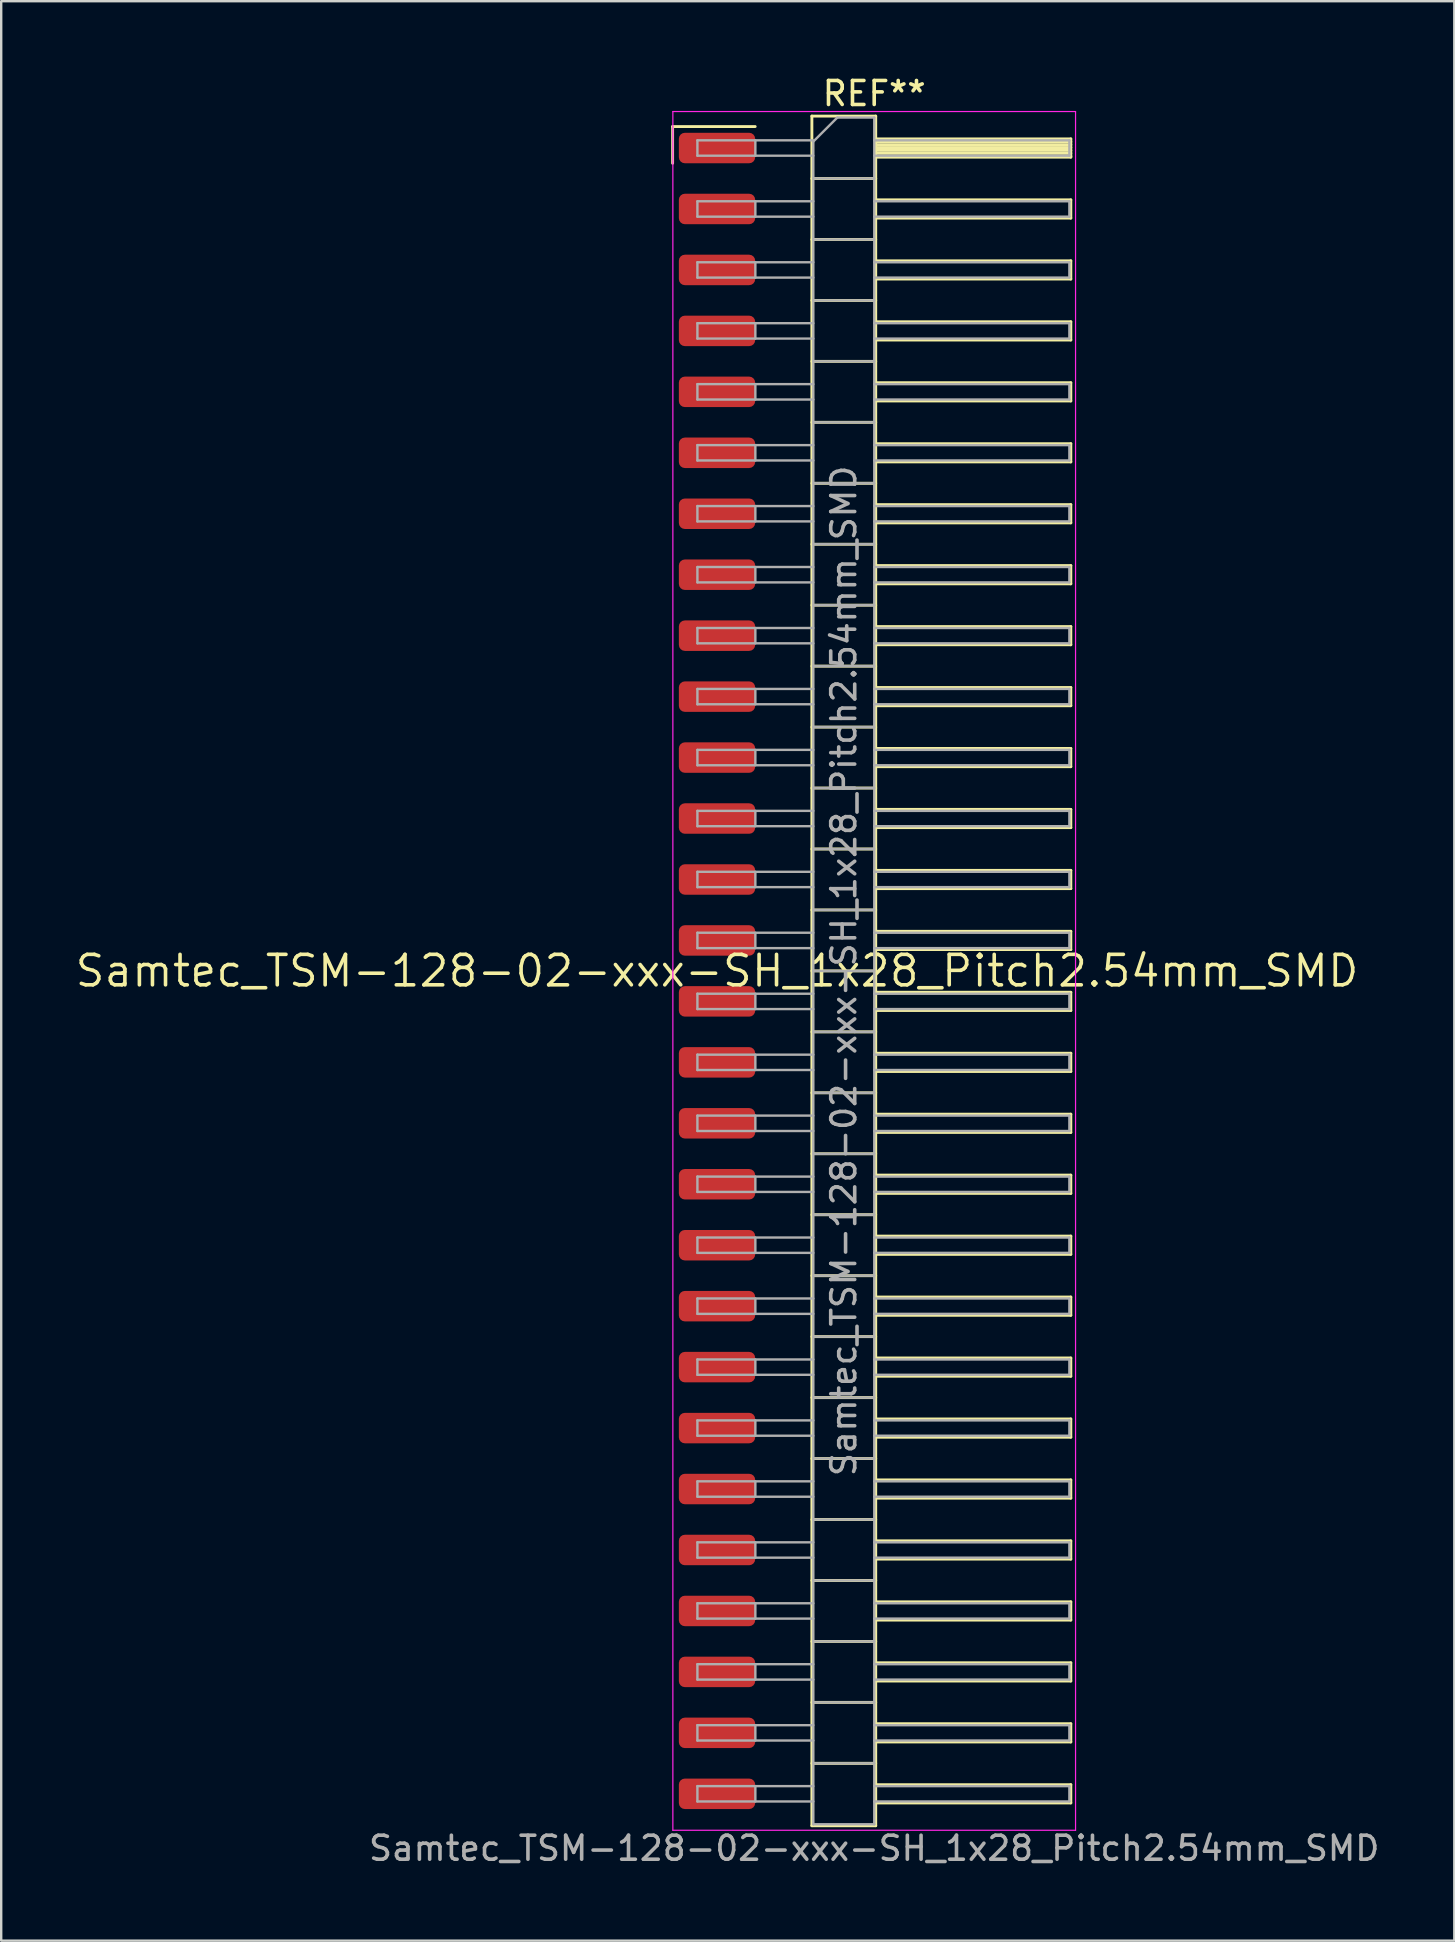
<source format=kicad_pcb>
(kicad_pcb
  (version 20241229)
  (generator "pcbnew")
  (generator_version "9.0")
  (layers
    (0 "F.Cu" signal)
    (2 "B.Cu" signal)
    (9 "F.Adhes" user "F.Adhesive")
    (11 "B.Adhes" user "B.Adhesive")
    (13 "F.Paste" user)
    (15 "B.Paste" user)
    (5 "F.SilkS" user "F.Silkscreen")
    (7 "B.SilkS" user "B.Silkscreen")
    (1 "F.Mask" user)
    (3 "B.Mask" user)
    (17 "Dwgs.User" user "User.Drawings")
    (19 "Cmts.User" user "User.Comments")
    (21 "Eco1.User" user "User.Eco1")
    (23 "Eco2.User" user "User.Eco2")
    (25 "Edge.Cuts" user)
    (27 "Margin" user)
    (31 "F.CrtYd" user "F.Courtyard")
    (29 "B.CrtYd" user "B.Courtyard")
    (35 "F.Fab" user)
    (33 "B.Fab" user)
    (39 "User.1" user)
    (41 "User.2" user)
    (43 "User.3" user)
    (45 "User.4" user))
  (footprint "Samtec_TSM-128-02-xxx-SH_1x28_Pitch2.54mm_SMD"
    (layer "F.Cu")
    (at 26.828 37.408)
    (property "Reference" "Samtec_TSM-128-02-xxx-SH_1x28_Pitch2.54mm_SMD" (at 0 0 0) (layer "F.SilkS") (effects (font (size 1.27 1.27) (thickness 0.15))))
    (attr smd)
    (fp_line (start -1.85 -35.185) (end 1.59 -35.185) (stroke (width 0.12) (type solid)) (layer "F.SilkS"))
    (fp_line (start -1.85 -33.655) (end -1.85 -35.185) (stroke (width 0.12) (type solid)) (layer "F.SilkS"))
    (fp_line (start 3.953 -35.62) (end 6.613 -35.62) (stroke (width 0.12) (type solid)) (layer "F.SilkS"))
    (fp_line (start 3.953 -33.02) (end 6.613 -33.02) (stroke (width 0.12) (type solid)) (layer "F.SilkS"))
    (fp_line (start 3.953 -30.48) (end 6.613 -30.48) (stroke (width 0.12) (type solid)) (layer "F.SilkS"))
    (fp_line (start 3.953 -27.94) (end 6.613 -27.94) (stroke (width 0.12) (type solid)) (layer "F.SilkS"))
    (fp_line (start 3.953 -25.4) (end 6.613 -25.4) (stroke (width 0.12) (type solid)) (layer "F.SilkS"))
    (fp_line (start 3.953 -22.86) (end 6.613 -22.86) (stroke (width 0.12) (type solid)) (layer "F.SilkS"))
    (fp_line (start 3.953 -20.32) (end 6.613 -20.32) (stroke (width 0.12) (type solid)) (layer "F.SilkS"))
    (fp_line (start 3.953 -17.78) (end 6.613 -17.78) (stroke (width 0.12) (type solid)) (layer "F.SilkS"))
    (fp_line (start 3.953 -15.24) (end 6.613 -15.24) (stroke (width 0.12) (type solid)) (layer "F.SilkS"))
    (fp_line (start 3.953 -12.7) (end 6.613 -12.7) (stroke (width 0.12) (type solid)) (layer "F.SilkS"))
    (fp_line (start 3.953 -10.16) (end 6.613 -10.16) (stroke (width 0.12) (type solid)) (layer "F.SilkS"))
    (fp_line (start 3.953 -7.62) (end 6.613 -7.62) (stroke (width 0.12) (type solid)) (layer "F.SilkS"))
    (fp_line (start 3.953 -5.08) (end 6.613 -5.08) (stroke (width 0.12) (type solid)) (layer "F.SilkS"))
    (fp_line (start 3.953 -2.54) (end 6.613 -2.54) (stroke (width 0.12) (type solid)) (layer "F.SilkS"))
    (fp_line (start 3.953 0) (end 6.613 0) (stroke (width 0.12) (type solid)) (layer "F.SilkS"))
    (fp_line (start 3.953 2.54) (end 6.613 2.54) (stroke (width 0.12) (type solid)) (layer "F.SilkS"))
    (fp_line (start 3.953 5.08) (end 6.613 5.08) (stroke (width 0.12) (type solid)) (layer "F.SilkS"))
    (fp_line (start 3.953 7.62) (end 6.613 7.62) (stroke (width 0.12) (type solid)) (layer "F.SilkS"))
    (fp_line (start 3.953 10.16) (end 6.613 10.16) (stroke (width 0.12) (type solid)) (layer "F.SilkS"))
    (fp_line (start 3.953 12.7) (end 6.613 12.7) (stroke (width 0.12) (type solid)) (layer "F.SilkS"))
    (fp_line (start 3.953 15.24) (end 6.613 15.24) (stroke (width 0.12) (type solid)) (layer "F.SilkS"))
    (fp_line (start 3.953 17.78) (end 6.613 17.78) (stroke (width 0.12) (type solid)) (layer "F.SilkS"))
    (fp_line (start 3.953 20.32) (end 6.613 20.32) (stroke (width 0.12) (type solid)) (layer "F.SilkS"))
    (fp_line (start 3.953 22.86) (end 6.613 22.86) (stroke (width 0.12) (type solid)) (layer "F.SilkS"))
    (fp_line (start 3.953 25.4) (end 6.613 25.4) (stroke (width 0.12) (type solid)) (layer "F.SilkS"))
    (fp_line (start 3.953 27.94) (end 6.613 27.94) (stroke (width 0.12) (type solid)) (layer "F.SilkS"))
    (fp_line (start 3.953 30.48) (end 6.613 30.48) (stroke (width 0.12) (type solid)) (layer "F.SilkS"))
    (fp_line (start 3.953 33.02) (end 6.613 33.02) (stroke (width 0.12) (type solid)) (layer "F.SilkS"))
    (fp_line (start 3.953 35.62) (end 3.953 -35.62) (stroke (width 0.12) (type solid)) (layer "F.SilkS"))
    (fp_line (start 6.613 -35.62) (end 6.613 35.62) (stroke (width 0.12) (type solid)) (layer "F.SilkS"))
    (fp_line (start 6.613 -34.67) (end 14.743 -34.67) (stroke (width 0.12) (type solid)) (layer "F.SilkS"))
    (fp_line (start 6.613 -34.55) (end 14.743 -34.55) (stroke (width 0.12) (type solid)) (layer "F.SilkS"))
    (fp_line (start 6.613 -34.43) (end 14.743 -34.43) (stroke (width 0.12) (type solid)) (layer "F.SilkS"))
    (fp_line (start 6.613 -34.31) (end 14.743 -34.31) (stroke (width 0.12) (type solid)) (layer "F.SilkS"))
    (fp_line (start 6.613 -34.19) (end 14.743 -34.19) (stroke (width 0.12) (type solid)) (layer "F.SilkS"))
    (fp_line (start 6.613 -34.07) (end 14.743 -34.07) (stroke (width 0.12) (type solid)) (layer "F.SilkS"))
    (fp_line (start 6.613 -33.95) (end 14.743 -33.95) (stroke (width 0.12) (type solid)) (layer "F.SilkS"))
    (fp_line (start 6.613 -33.91) (end 14.743 -33.91) (stroke (width 0.12) (type solid)) (layer "F.SilkS"))
    (fp_line (start 6.613 -32.13) (end 14.743 -32.13) (stroke (width 0.12) (type solid)) (layer "F.SilkS"))
    (fp_line (start 6.613 -31.37) (end 14.743 -31.37) (stroke (width 0.12) (type solid)) (layer "F.SilkS"))
    (fp_line (start 6.613 -29.59) (end 14.743 -29.59) (stroke (width 0.12) (type solid)) (layer "F.SilkS"))
    (fp_line (start 6.613 -28.83) (end 14.743 -28.83) (stroke (width 0.12) (type solid)) (layer "F.SilkS"))
    (fp_line (start 6.613 -27.05) (end 14.743 -27.05) (stroke (width 0.12) (type solid)) (layer "F.SilkS"))
    (fp_line (start 6.613 -26.29) (end 14.743 -26.29) (stroke (width 0.12) (type solid)) (layer "F.SilkS"))
    (fp_line (start 6.613 -24.51) (end 14.743 -24.51) (stroke (width 0.12) (type solid)) (layer "F.SilkS"))
    (fp_line (start 6.613 -23.75) (end 14.743 -23.75) (stroke (width 0.12) (type solid)) (layer "F.SilkS"))
    (fp_line (start 6.613 -21.97) (end 14.743 -21.97) (stroke (width 0.12) (type solid)) (layer "F.SilkS"))
    (fp_line (start 6.613 -21.21) (end 14.743 -21.21) (stroke (width 0.12) (type solid)) (layer "F.SilkS"))
    (fp_line (start 6.613 -19.43) (end 14.743 -19.43) (stroke (width 0.12) (type solid)) (layer "F.SilkS"))
    (fp_line (start 6.613 -18.67) (end 14.743 -18.67) (stroke (width 0.12) (type solid)) (layer "F.SilkS"))
    (fp_line (start 6.613 -16.89) (end 14.743 -16.89) (stroke (width 0.12) (type solid)) (layer "F.SilkS"))
    (fp_line (start 6.613 -16.13) (end 14.743 -16.13) (stroke (width 0.12) (type solid)) (layer "F.SilkS"))
    (fp_line (start 6.613 -14.35) (end 14.743 -14.35) (stroke (width 0.12) (type solid)) (layer "F.SilkS"))
    (fp_line (start 6.613 -13.59) (end 14.743 -13.59) (stroke (width 0.12) (type solid)) (layer "F.SilkS"))
    (fp_line (start 6.613 -11.81) (end 14.743 -11.81) (stroke (width 0.12) (type solid)) (layer "F.SilkS"))
    (fp_line (start 6.613 -11.05) (end 14.743 -11.05) (stroke (width 0.12) (type solid)) (layer "F.SilkS"))
    (fp_line (start 6.613 -9.27) (end 14.743 -9.27) (stroke (width 0.12) (type solid)) (layer "F.SilkS"))
    (fp_line (start 6.613 -8.51) (end 14.743 -8.51) (stroke (width 0.12) (type solid)) (layer "F.SilkS"))
    (fp_line (start 6.613 -6.73) (end 14.743 -6.73) (stroke (width 0.12) (type solid)) (layer "F.SilkS"))
    (fp_line (start 6.613 -5.97) (end 14.743 -5.97) (stroke (width 0.12) (type solid)) (layer "F.SilkS"))
    (fp_line (start 6.613 -4.19) (end 14.743 -4.19) (stroke (width 0.12) (type solid)) (layer "F.SilkS"))
    (fp_line (start 6.613 -3.43) (end 14.743 -3.43) (stroke (width 0.12) (type solid)) (layer "F.SilkS"))
    (fp_line (start 6.613 -1.65) (end 14.743 -1.65) (stroke (width 0.12) (type solid)) (layer "F.SilkS"))
    (fp_line (start 6.613 -0.89) (end 14.743 -0.89) (stroke (width 0.12) (type solid)) (layer "F.SilkS"))
    (fp_line (start 6.613 0.89) (end 14.743 0.89) (stroke (width 0.12) (type solid)) (layer "F.SilkS"))
    (fp_line (start 6.613 1.65) (end 14.743 1.65) (stroke (width 0.12) (type solid)) (layer "F.SilkS"))
    (fp_line (start 6.613 3.43) (end 14.743 3.43) (stroke (width 0.12) (type solid)) (layer "F.SilkS"))
    (fp_line (start 6.613 4.19) (end 14.743 4.19) (stroke (width 0.12) (type solid)) (layer "F.SilkS"))
    (fp_line (start 6.613 5.97) (end 14.743 5.97) (stroke (width 0.12) (type solid)) (layer "F.SilkS"))
    (fp_line (start 6.613 6.73) (end 14.743 6.73) (stroke (width 0.12) (type solid)) (layer "F.SilkS"))
    (fp_line (start 6.613 8.51) (end 14.743 8.51) (stroke (width 0.12) (type solid)) (layer "F.SilkS"))
    (fp_line (start 6.613 9.27) (end 14.743 9.27) (stroke (width 0.12) (type solid)) (layer "F.SilkS"))
    (fp_line (start 6.613 11.05) (end 14.743 11.05) (stroke (width 0.12) (type solid)) (layer "F.SilkS"))
    (fp_line (start 6.613 11.81) (end 14.743 11.81) (stroke (width 0.12) (type solid)) (layer "F.SilkS"))
    (fp_line (start 6.613 13.59) (end 14.743 13.59) (stroke (width 0.12) (type solid)) (layer "F.SilkS"))
    (fp_line (start 6.613 14.35) (end 14.743 14.35) (stroke (width 0.12) (type solid)) (layer "F.SilkS"))
    (fp_line (start 6.613 16.13) (end 14.743 16.13) (stroke (width 0.12) (type solid)) (layer "F.SilkS"))
    (fp_line (start 6.613 16.89) (end 14.743 16.89) (stroke (width 0.12) (type solid)) (layer "F.SilkS"))
    (fp_line (start 6.613 18.67) (end 14.743 18.67) (stroke (width 0.12) (type solid)) (layer "F.SilkS"))
    (fp_line (start 6.613 19.43) (end 14.743 19.43) (stroke (width 0.12) (type solid)) (layer "F.SilkS"))
    (fp_line (start 6.613 21.21) (end 14.743 21.21) (stroke (width 0.12) (type solid)) (layer "F.SilkS"))
    (fp_line (start 6.613 21.97) (end 14.743 21.97) (stroke (width 0.12) (type solid)) (layer "F.SilkS"))
    (fp_line (start 6.613 23.75) (end 14.743 23.75) (stroke (width 0.12) (type solid)) (layer "F.SilkS"))
    (fp_line (start 6.613 24.51) (end 14.743 24.51) (stroke (width 0.12) (type solid)) (layer "F.SilkS"))
    (fp_line (start 6.613 26.29) (end 14.743 26.29) (stroke (width 0.12) (type solid)) (layer "F.SilkS"))
    (fp_line (start 6.613 27.05) (end 14.743 27.05) (stroke (width 0.12) (type solid)) (layer "F.SilkS"))
    (fp_line (start 6.613 28.83) (end 14.743 28.83) (stroke (width 0.12) (type solid)) (layer "F.SilkS"))
    (fp_line (start 6.613 29.59) (end 14.743 29.59) (stroke (width 0.12) (type solid)) (layer "F.SilkS"))
    (fp_line (start 6.613 31.37) (end 14.743 31.37) (stroke (width 0.12) (type solid)) (layer "F.SilkS"))
    (fp_line (start 6.613 32.13) (end 14.743 32.13) (stroke (width 0.12) (type solid)) (layer "F.SilkS"))
    (fp_line (start 6.613 33.91) (end 14.743 33.91) (stroke (width 0.12) (type solid)) (layer "F.SilkS"))
    (fp_line (start 6.613 34.67) (end 14.743 34.67) (stroke (width 0.12) (type solid)) (layer "F.SilkS"))
    (fp_line (start 6.613 35.62) (end 3.953 35.62) (stroke (width 0.12) (type solid)) (layer "F.SilkS"))
    (fp_line (start 14.743 -34.67) (end 14.743 -33.91) (stroke (width 0.12) (type solid)) (layer "F.SilkS"))
    (fp_line (start 14.743 -32.13) (end 14.743 -31.37) (stroke (width 0.12) (type solid)) (layer "F.SilkS"))
    (fp_line (start 14.743 -29.59) (end 14.743 -28.83) (stroke (width 0.12) (type solid)) (layer "F.SilkS"))
    (fp_line (start 14.743 -27.05) (end 14.743 -26.29) (stroke (width 0.12) (type solid)) (layer "F.SilkS"))
    (fp_line (start 14.743 -24.51) (end 14.743 -23.75) (stroke (width 0.12) (type solid)) (layer "F.SilkS"))
    (fp_line (start 14.743 -21.97) (end 14.743 -21.21) (stroke (width 0.12) (type solid)) (layer "F.SilkS"))
    (fp_line (start 14.743 -19.43) (end 14.743 -18.67) (stroke (width 0.12) (type solid)) (layer "F.SilkS"))
    (fp_line (start 14.743 -16.89) (end 14.743 -16.13) (stroke (width 0.12) (type solid)) (layer "F.SilkS"))
    (fp_line (start 14.743 -14.35) (end 14.743 -13.59) (stroke (width 0.12) (type solid)) (layer "F.SilkS"))
    (fp_line (start 14.743 -11.81) (end 14.743 -11.05) (stroke (width 0.12) (type solid)) (layer "F.SilkS"))
    (fp_line (start 14.743 -9.27) (end 14.743 -8.51) (stroke (width 0.12) (type solid)) (layer "F.SilkS"))
    (fp_line (start 14.743 -6.73) (end 14.743 -5.97) (stroke (width 0.12) (type solid)) (layer "F.SilkS"))
    (fp_line (start 14.743 -4.19) (end 14.743 -3.43) (stroke (width 0.12) (type solid)) (layer "F.SilkS"))
    (fp_line (start 14.743 -1.65) (end 14.743 -0.89) (stroke (width 0.12) (type solid)) (layer "F.SilkS"))
    (fp_line (start 14.743 0.89) (end 14.743 1.65) (stroke (width 0.12) (type solid)) (layer "F.SilkS"))
    (fp_line (start 14.743 3.43) (end 14.743 4.19) (stroke (width 0.12) (type solid)) (layer "F.SilkS"))
    (fp_line (start 14.743 5.97) (end 14.743 6.73) (stroke (width 0.12) (type solid)) (layer "F.SilkS"))
    (fp_line (start 14.743 8.51) (end 14.743 9.27) (stroke (width 0.12) (type solid)) (layer "F.SilkS"))
    (fp_line (start 14.743 11.05) (end 14.743 11.81) (stroke (width 0.12) (type solid)) (layer "F.SilkS"))
    (fp_line (start 14.743 13.59) (end 14.743 14.35) (stroke (width 0.12) (type solid)) (layer "F.SilkS"))
    (fp_line (start 14.743 16.13) (end 14.743 16.89) (stroke (width 0.12) (type solid)) (layer "F.SilkS"))
    (fp_line (start 14.743 18.67) (end 14.743 19.43) (stroke (width 0.12) (type solid)) (layer "F.SilkS"))
    (fp_line (start 14.743 21.21) (end 14.743 21.97) (stroke (width 0.12) (type solid)) (layer "F.SilkS"))
    (fp_line (start 14.743 23.75) (end 14.743 24.51) (stroke (width 0.12) (type solid)) (layer "F.SilkS"))
    (fp_line (start 14.743 26.29) (end 14.743 27.05) (stroke (width 0.12) (type solid)) (layer "F.SilkS"))
    (fp_line (start 14.743 28.83) (end 14.743 29.59) (stroke (width 0.12) (type solid)) (layer "F.SilkS"))
    (fp_line (start 14.743 31.37) (end 14.743 32.13) (stroke (width 0.12) (type solid)) (layer "F.SilkS"))
    (fp_line (start 14.743 33.91) (end 14.743 34.67) (stroke (width 0.12) (type solid)) (layer "F.SilkS"))
    (fp_line (start -1.84 -35.81) (end 14.94 -35.81) (stroke (width 0.05) (type solid)) (layer "F.CrtYd"))
    (fp_line (start -1.84 35.81) (end -1.84 -35.81) (stroke (width 0.05) (type solid)) (layer "F.CrtYd"))
    (fp_line (start 14.94 -35.81) (end 14.94 35.81) (stroke (width 0.05) (type solid)) (layer "F.CrtYd"))
    (fp_line (start 14.94 35.81) (end -1.84 35.81) (stroke (width 0.05) (type solid)) (layer "F.CrtYd"))
    (fp_line (start -0.817 -34.61) (end -0.817 -33.97) (stroke (width 0.1) (type solid)) (layer "F.Fab"))
    (fp_line (start -0.817 -34.61) (end 4.013 -34.61) (stroke (width 0.1) (type solid)) (layer "F.Fab"))
    (fp_line (start -0.817 -33.97) (end 4.013 -33.97) (stroke (width 0.1) (type solid)) (layer "F.Fab"))
    (fp_line (start -0.817 -32.07) (end -0.817 -31.43) (stroke (width 0.1) (type solid)) (layer "F.Fab"))
    (fp_line (start -0.817 -32.07) (end 4.013 -32.07) (stroke (width 0.1) (type solid)) (layer "F.Fab"))
    (fp_line (start -0.817 -31.43) (end 4.013 -31.43) (stroke (width 0.1) (type solid)) (layer "F.Fab"))
    (fp_line (start -0.817 -29.53) (end -0.817 -28.89) (stroke (width 0.1) (type solid)) (layer "F.Fab"))
    (fp_line (start -0.817 -29.53) (end 4.013 -29.53) (stroke (width 0.1) (type solid)) (layer "F.Fab"))
    (fp_line (start -0.817 -28.89) (end 4.013 -28.89) (stroke (width 0.1) (type solid)) (layer "F.Fab"))
    (fp_line (start -0.817 -26.99) (end -0.817 -26.35) (stroke (width 0.1) (type solid)) (layer "F.Fab"))
    (fp_line (start -0.817 -26.99) (end 4.013 -26.99) (stroke (width 0.1) (type solid)) (layer "F.Fab"))
    (fp_line (start -0.817 -26.35) (end 4.013 -26.35) (stroke (width 0.1) (type solid)) (layer "F.Fab"))
    (fp_line (start -0.817 -24.45) (end -0.817 -23.81) (stroke (width 0.1) (type solid)) (layer "F.Fab"))
    (fp_line (start -0.817 -24.45) (end 4.013 -24.45) (stroke (width 0.1) (type solid)) (layer "F.Fab"))
    (fp_line (start -0.817 -23.81) (end 4.013 -23.81) (stroke (width 0.1) (type solid)) (layer "F.Fab"))
    (fp_line (start -0.817 -21.91) (end -0.817 -21.27) (stroke (width 0.1) (type solid)) (layer "F.Fab"))
    (fp_line (start -0.817 -21.91) (end 4.013 -21.91) (stroke (width 0.1) (type solid)) (layer "F.Fab"))
    (fp_line (start -0.817 -21.27) (end 4.013 -21.27) (stroke (width 0.1) (type solid)) (layer "F.Fab"))
    (fp_line (start -0.817 -19.37) (end -0.817 -18.73) (stroke (width 0.1) (type solid)) (layer "F.Fab"))
    (fp_line (start -0.817 -19.37) (end 4.013 -19.37) (stroke (width 0.1) (type solid)) (layer "F.Fab"))
    (fp_line (start -0.817 -18.73) (end 4.013 -18.73) (stroke (width 0.1) (type solid)) (layer "F.Fab"))
    (fp_line (start -0.817 -16.83) (end -0.817 -16.19) (stroke (width 0.1) (type solid)) (layer "F.Fab"))
    (fp_line (start -0.817 -16.83) (end 4.013 -16.83) (stroke (width 0.1) (type solid)) (layer "F.Fab"))
    (fp_line (start -0.817 -16.19) (end 4.013 -16.19) (stroke (width 0.1) (type solid)) (layer "F.Fab"))
    (fp_line (start -0.817 -14.29) (end -0.817 -13.65) (stroke (width 0.1) (type solid)) (layer "F.Fab"))
    (fp_line (start -0.817 -14.29) (end 4.013 -14.29) (stroke (width 0.1) (type solid)) (layer "F.Fab"))
    (fp_line (start -0.817 -13.65) (end 4.013 -13.65) (stroke (width 0.1) (type solid)) (layer "F.Fab"))
    (fp_line (start -0.817 -11.75) (end -0.817 -11.11) (stroke (width 0.1) (type solid)) (layer "F.Fab"))
    (fp_line (start -0.817 -11.75) (end 4.013 -11.75) (stroke (width 0.1) (type solid)) (layer "F.Fab"))
    (fp_line (start -0.817 -11.11) (end 4.013 -11.11) (stroke (width 0.1) (type solid)) (layer "F.Fab"))
    (fp_line (start -0.817 -9.21) (end -0.817 -8.57) (stroke (width 0.1) (type solid)) (layer "F.Fab"))
    (fp_line (start -0.817 -9.21) (end 4.013 -9.21) (stroke (width 0.1) (type solid)) (layer "F.Fab"))
    (fp_line (start -0.817 -8.57) (end 4.013 -8.57) (stroke (width 0.1) (type solid)) (layer "F.Fab"))
    (fp_line (start -0.817 -6.67) (end -0.817 -6.03) (stroke (width 0.1) (type solid)) (layer "F.Fab"))
    (fp_line (start -0.817 -6.67) (end 4.013 -6.67) (stroke (width 0.1) (type solid)) (layer "F.Fab"))
    (fp_line (start -0.817 -6.03) (end 4.013 -6.03) (stroke (width 0.1) (type solid)) (layer "F.Fab"))
    (fp_line (start -0.817 -4.13) (end -0.817 -3.49) (stroke (width 0.1) (type solid)) (layer "F.Fab"))
    (fp_line (start -0.817 -4.13) (end 4.013 -4.13) (stroke (width 0.1) (type solid)) (layer "F.Fab"))
    (fp_line (start -0.817 -3.49) (end 4.013 -3.49) (stroke (width 0.1) (type solid)) (layer "F.Fab"))
    (fp_line (start -0.817 -1.59) (end -0.817 -0.95) (stroke (width 0.1) (type solid)) (layer "F.Fab"))
    (fp_line (start -0.817 -1.59) (end 4.013 -1.59) (stroke (width 0.1) (type solid)) (layer "F.Fab"))
    (fp_line (start -0.817 -0.95) (end 4.013 -0.95) (stroke (width 0.1) (type solid)) (layer "F.Fab"))
    (fp_line (start -0.817 0.95) (end -0.817 1.59) (stroke (width 0.1) (type solid)) (layer "F.Fab"))
    (fp_line (start -0.817 0.95) (end 4.013 0.95) (stroke (width 0.1) (type solid)) (layer "F.Fab"))
    (fp_line (start -0.817 1.59) (end 4.013 1.59) (stroke (width 0.1) (type solid)) (layer "F.Fab"))
    (fp_line (start -0.817 3.49) (end -0.817 4.13) (stroke (width 0.1) (type solid)) (layer "F.Fab"))
    (fp_line (start -0.817 3.49) (end 4.013 3.49) (stroke (width 0.1) (type solid)) (layer "F.Fab"))
    (fp_line (start -0.817 4.13) (end 4.013 4.13) (stroke (width 0.1) (type solid)) (layer "F.Fab"))
    (fp_line (start -0.817 6.03) (end -0.817 6.67) (stroke (width 0.1) (type solid)) (layer "F.Fab"))
    (fp_line (start -0.817 6.03) (end 4.013 6.03) (stroke (width 0.1) (type solid)) (layer "F.Fab"))
    (fp_line (start -0.817 6.67) (end 4.013 6.67) (stroke (width 0.1) (type solid)) (layer "F.Fab"))
    (fp_line (start -0.817 8.57) (end -0.817 9.21) (stroke (width 0.1) (type solid)) (layer "F.Fab"))
    (fp_line (start -0.817 8.57) (end 4.013 8.57) (stroke (width 0.1) (type solid)) (layer "F.Fab"))
    (fp_line (start -0.817 9.21) (end 4.013 9.21) (stroke (width 0.1) (type solid)) (layer "F.Fab"))
    (fp_line (start -0.817 11.11) (end -0.817 11.75) (stroke (width 0.1) (type solid)) (layer "F.Fab"))
    (fp_line (start -0.817 11.11) (end 4.013 11.11) (stroke (width 0.1) (type solid)) (layer "F.Fab"))
    (fp_line (start -0.817 11.75) (end 4.013 11.75) (stroke (width 0.1) (type solid)) (layer "F.Fab"))
    (fp_line (start -0.817 13.65) (end -0.817 14.29) (stroke (width 0.1) (type solid)) (layer "F.Fab"))
    (fp_line (start -0.817 13.65) (end 4.013 13.65) (stroke (width 0.1) (type solid)) (layer "F.Fab"))
    (fp_line (start -0.817 14.29) (end 4.013 14.29) (stroke (width 0.1) (type solid)) (layer "F.Fab"))
    (fp_line (start -0.817 16.19) (end -0.817 16.83) (stroke (width 0.1) (type solid)) (layer "F.Fab"))
    (fp_line (start -0.817 16.19) (end 4.013 16.19) (stroke (width 0.1) (type solid)) (layer "F.Fab"))
    (fp_line (start -0.817 16.83) (end 4.013 16.83) (stroke (width 0.1) (type solid)) (layer "F.Fab"))
    (fp_line (start -0.817 18.73) (end -0.817 19.37) (stroke (width 0.1) (type solid)) (layer "F.Fab"))
    (fp_line (start -0.817 18.73) (end 4.013 18.73) (stroke (width 0.1) (type solid)) (layer "F.Fab"))
    (fp_line (start -0.817 19.37) (end 4.013 19.37) (stroke (width 0.1) (type solid)) (layer "F.Fab"))
    (fp_line (start -0.817 21.27) (end -0.817 21.91) (stroke (width 0.1) (type solid)) (layer "F.Fab"))
    (fp_line (start -0.817 21.27) (end 4.013 21.27) (stroke (width 0.1) (type solid)) (layer "F.Fab"))
    (fp_line (start -0.817 21.91) (end 4.013 21.91) (stroke (width 0.1) (type solid)) (layer "F.Fab"))
    (fp_line (start -0.817 23.81) (end -0.817 24.45) (stroke (width 0.1) (type solid)) (layer "F.Fab"))
    (fp_line (start -0.817 23.81) (end 4.013 23.81) (stroke (width 0.1) (type solid)) (layer "F.Fab"))
    (fp_line (start -0.817 24.45) (end 4.013 24.45) (stroke (width 0.1) (type solid)) (layer "F.Fab"))
    (fp_line (start -0.817 26.35) (end -0.817 26.99) (stroke (width 0.1) (type solid)) (layer "F.Fab"))
    (fp_line (start -0.817 26.35) (end 4.013 26.35) (stroke (width 0.1) (type solid)) (layer "F.Fab"))
    (fp_line (start -0.817 26.99) (end 4.013 26.99) (stroke (width 0.1) (type solid)) (layer "F.Fab"))
    (fp_line (start -0.817 28.89) (end -0.817 29.53) (stroke (width 0.1) (type solid)) (layer "F.Fab"))
    (fp_line (start -0.817 28.89) (end 4.013 28.89) (stroke (width 0.1) (type solid)) (layer "F.Fab"))
    (fp_line (start -0.817 29.53) (end 4.013 29.53) (stroke (width 0.1) (type solid)) (layer "F.Fab"))
    (fp_line (start -0.817 31.43) (end -0.817 32.07) (stroke (width 0.1) (type solid)) (layer "F.Fab"))
    (fp_line (start -0.817 31.43) (end 4.013 31.43) (stroke (width 0.1) (type solid)) (layer "F.Fab"))
    (fp_line (start -0.817 32.07) (end 4.013 32.07) (stroke (width 0.1) (type solid)) (layer "F.Fab"))
    (fp_line (start -0.817 33.97) (end -0.817 34.61) (stroke (width 0.1) (type solid)) (layer "F.Fab"))
    (fp_line (start -0.817 33.97) (end 4.013 33.97) (stroke (width 0.1) (type solid)) (layer "F.Fab"))
    (fp_line (start -0.817 34.61) (end 4.013 34.61) (stroke (width 0.1) (type solid)) (layer "F.Fab"))
    (fp_line (start 1.598 -34.61) (end 1.598 -33.97) (stroke (width 0.1) (type solid)) (layer "F.Fab"))
    (fp_line (start 1.598 -32.07) (end 1.598 -31.43) (stroke (width 0.1) (type solid)) (layer "F.Fab"))
    (fp_line (start 1.598 -29.53) (end 1.598 -28.89) (stroke (width 0.1) (type solid)) (layer "F.Fab"))
    (fp_line (start 1.598 -26.99) (end 1.598 -26.35) (stroke (width 0.1) (type solid)) (layer "F.Fab"))
    (fp_line (start 1.598 -24.45) (end 1.598 -23.81) (stroke (width 0.1) (type solid)) (layer "F.Fab"))
    (fp_line (start 1.598 -21.91) (end 1.598 -21.27) (stroke (width 0.1) (type solid)) (layer "F.Fab"))
    (fp_line (start 1.598 -19.37) (end 1.598 -18.73) (stroke (width 0.1) (type solid)) (layer "F.Fab"))
    (fp_line (start 1.598 -16.83) (end 1.598 -16.19) (stroke (width 0.1) (type solid)) (layer "F.Fab"))
    (fp_line (start 1.598 -14.29) (end 1.598 -13.65) (stroke (width 0.1) (type solid)) (layer "F.Fab"))
    (fp_line (start 1.598 -11.75) (end 1.598 -11.11) (stroke (width 0.1) (type solid)) (layer "F.Fab"))
    (fp_line (start 1.598 -9.21) (end 1.598 -8.57) (stroke (width 0.1) (type solid)) (layer "F.Fab"))
    (fp_line (start 1.598 -6.67) (end 1.598 -6.03) (stroke (width 0.1) (type solid)) (layer "F.Fab"))
    (fp_line (start 1.598 -4.13) (end 1.598 -3.49) (stroke (width 0.1) (type solid)) (layer "F.Fab"))
    (fp_line (start 1.598 -1.59) (end 1.598 -0.95) (stroke (width 0.1) (type solid)) (layer "F.Fab"))
    (fp_line (start 1.598 0.95) (end 1.598 1.59) (stroke (width 0.1) (type solid)) (layer "F.Fab"))
    (fp_line (start 1.598 3.49) (end 1.598 4.13) (stroke (width 0.1) (type solid)) (layer "F.Fab"))
    (fp_line (start 1.598 6.03) (end 1.598 6.67) (stroke (width 0.1) (type solid)) (layer "F.Fab"))
    (fp_line (start 1.598 8.57) (end 1.598 9.21) (stroke (width 0.1) (type solid)) (layer "F.Fab"))
    (fp_line (start 1.598 11.11) (end 1.598 11.75) (stroke (width 0.1) (type solid)) (layer "F.Fab"))
    (fp_line (start 1.598 13.65) (end 1.598 14.29) (stroke (width 0.1) (type solid)) (layer "F.Fab"))
    (fp_line (start 1.598 16.19) (end 1.598 16.83) (stroke (width 0.1) (type solid)) (layer "F.Fab"))
    (fp_line (start 1.598 18.73) (end 1.598 19.37) (stroke (width 0.1) (type solid)) (layer "F.Fab"))
    (fp_line (start 1.598 21.27) (end 1.598 21.91) (stroke (width 0.1) (type solid)) (layer "F.Fab"))
    (fp_line (start 1.598 23.81) (end 1.598 24.45) (stroke (width 0.1) (type solid)) (layer "F.Fab"))
    (fp_line (start 1.598 26.35) (end 1.598 26.99) (stroke (width 0.1) (type solid)) (layer "F.Fab"))
    (fp_line (start 1.598 28.89) (end 1.598 29.53) (stroke (width 0.1) (type solid)) (layer "F.Fab"))
    (fp_line (start 1.598 31.43) (end 1.598 32.07) (stroke (width 0.1) (type solid)) (layer "F.Fab"))
    (fp_line (start 1.598 33.97) (end 1.598 34.61) (stroke (width 0.1) (type solid)) (layer "F.Fab"))
    (fp_line (start 4.013 -34.56) (end 5.013 -35.56) (stroke (width 0.1) (type solid)) (layer "F.Fab"))
    (fp_line (start 4.013 -33.02) (end 6.553 -33.02) (stroke (width 0.1) (type solid)) (layer "F.Fab"))
    (fp_line (start 4.013 -30.48) (end 6.553 -30.48) (stroke (width 0.1) (type solid)) (layer "F.Fab"))
    (fp_line (start 4.013 -27.94) (end 6.553 -27.94) (stroke (width 0.1) (type solid)) (layer "F.Fab"))
    (fp_line (start 4.013 -25.4) (end 6.553 -25.4) (stroke (width 0.1) (type solid)) (layer "F.Fab"))
    (fp_line (start 4.013 -22.86) (end 6.553 -22.86) (stroke (width 0.1) (type solid)) (layer "F.Fab"))
    (fp_line (start 4.013 -20.32) (end 6.553 -20.32) (stroke (width 0.1) (type solid)) (layer "F.Fab"))
    (fp_line (start 4.013 -17.78) (end 6.553 -17.78) (stroke (width 0.1) (type solid)) (layer "F.Fab"))
    (fp_line (start 4.013 -15.24) (end 6.553 -15.24) (stroke (width 0.1) (type solid)) (layer "F.Fab"))
    (fp_line (start 4.013 -12.7) (end 6.553 -12.7) (stroke (width 0.1) (type solid)) (layer "F.Fab"))
    (fp_line (start 4.013 -10.16) (end 6.553 -10.16) (stroke (width 0.1) (type solid)) (layer "F.Fab"))
    (fp_line (start 4.013 -7.62) (end 6.553 -7.62) (stroke (width 0.1) (type solid)) (layer "F.Fab"))
    (fp_line (start 4.013 -5.08) (end 6.553 -5.08) (stroke (width 0.1) (type solid)) (layer "F.Fab"))
    (fp_line (start 4.013 -2.54) (end 6.553 -2.54) (stroke (width 0.1) (type solid)) (layer "F.Fab"))
    (fp_line (start 4.013 0) (end 6.553 0) (stroke (width 0.1) (type solid)) (layer "F.Fab"))
    (fp_line (start 4.013 2.54) (end 6.553 2.54) (stroke (width 0.1) (type solid)) (layer "F.Fab"))
    (fp_line (start 4.013 5.08) (end 6.553 5.08) (stroke (width 0.1) (type solid)) (layer "F.Fab"))
    (fp_line (start 4.013 7.62) (end 6.553 7.62) (stroke (width 0.1) (type solid)) (layer "F.Fab"))
    (fp_line (start 4.013 10.16) (end 6.553 10.16) (stroke (width 0.1) (type solid)) (layer "F.Fab"))
    (fp_line (start 4.013 12.7) (end 6.553 12.7) (stroke (width 0.1) (type solid)) (layer "F.Fab"))
    (fp_line (start 4.013 15.24) (end 6.553 15.24) (stroke (width 0.1) (type solid)) (layer "F.Fab"))
    (fp_line (start 4.013 17.78) (end 6.553 17.78) (stroke (width 0.1) (type solid)) (layer "F.Fab"))
    (fp_line (start 4.013 20.32) (end 6.553 20.32) (stroke (width 0.1) (type solid)) (layer "F.Fab"))
    (fp_line (start 4.013 22.86) (end 6.553 22.86) (stroke (width 0.1) (type solid)) (layer "F.Fab"))
    (fp_line (start 4.013 25.4) (end 6.553 25.4) (stroke (width 0.1) (type solid)) (layer "F.Fab"))
    (fp_line (start 4.013 27.94) (end 6.553 27.94) (stroke (width 0.1) (type solid)) (layer "F.Fab"))
    (fp_line (start 4.013 30.48) (end 6.553 30.48) (stroke (width 0.1) (type solid)) (layer "F.Fab"))
    (fp_line (start 4.013 33.02) (end 6.553 33.02) (stroke (width 0.1) (type solid)) (layer "F.Fab"))
    (fp_line (start 4.013 35.56) (end 4.013 -34.56) (stroke (width 0.1) (type solid)) (layer "F.Fab"))
    (fp_line (start 5.013 -35.56) (end 6.553 -35.56) (stroke (width 0.1) (type solid)) (layer "F.Fab"))
    (fp_line (start 6.553 -35.56) (end 6.553 35.56) (stroke (width 0.1) (type solid)) (layer "F.Fab"))
    (fp_line (start 6.553 -34.61) (end 14.683 -34.61) (stroke (width 0.1) (type solid)) (layer "F.Fab"))
    (fp_line (start 6.553 -33.97) (end 14.683 -33.97) (stroke (width 0.1) (type solid)) (layer "F.Fab"))
    (fp_line (start 6.553 -32.07) (end 14.683 -32.07) (stroke (width 0.1) (type solid)) (layer "F.Fab"))
    (fp_line (start 6.553 -31.43) (end 14.683 -31.43) (stroke (width 0.1) (type solid)) (layer "F.Fab"))
    (fp_line (start 6.553 -29.53) (end 14.683 -29.53) (stroke (width 0.1) (type solid)) (layer "F.Fab"))
    (fp_line (start 6.553 -28.89) (end 14.683 -28.89) (stroke (width 0.1) (type solid)) (layer "F.Fab"))
    (fp_line (start 6.553 -26.99) (end 14.683 -26.99) (stroke (width 0.1) (type solid)) (layer "F.Fab"))
    (fp_line (start 6.553 -26.35) (end 14.683 -26.35) (stroke (width 0.1) (type solid)) (layer "F.Fab"))
    (fp_line (start 6.553 -24.45) (end 14.683 -24.45) (stroke (width 0.1) (type solid)) (layer "F.Fab"))
    (fp_line (start 6.553 -23.81) (end 14.683 -23.81) (stroke (width 0.1) (type solid)) (layer "F.Fab"))
    (fp_line (start 6.553 -21.91) (end 14.683 -21.91) (stroke (width 0.1) (type solid)) (layer "F.Fab"))
    (fp_line (start 6.553 -21.27) (end 14.683 -21.27) (stroke (width 0.1) (type solid)) (layer "F.Fab"))
    (fp_line (start 6.553 -19.37) (end 14.683 -19.37) (stroke (width 0.1) (type solid)) (layer "F.Fab"))
    (fp_line (start 6.553 -18.73) (end 14.683 -18.73) (stroke (width 0.1) (type solid)) (layer "F.Fab"))
    (fp_line (start 6.553 -16.83) (end 14.683 -16.83) (stroke (width 0.1) (type solid)) (layer "F.Fab"))
    (fp_line (start 6.553 -16.19) (end 14.683 -16.19) (stroke (width 0.1) (type solid)) (layer "F.Fab"))
    (fp_line (start 6.553 -14.29) (end 14.683 -14.29) (stroke (width 0.1) (type solid)) (layer "F.Fab"))
    (fp_line (start 6.553 -13.65) (end 14.683 -13.65) (stroke (width 0.1) (type solid)) (layer "F.Fab"))
    (fp_line (start 6.553 -11.75) (end 14.683 -11.75) (stroke (width 0.1) (type solid)) (layer "F.Fab"))
    (fp_line (start 6.553 -11.11) (end 14.683 -11.11) (stroke (width 0.1) (type solid)) (layer "F.Fab"))
    (fp_line (start 6.553 -9.21) (end 14.683 -9.21) (stroke (width 0.1) (type solid)) (layer "F.Fab"))
    (fp_line (start 6.553 -8.57) (end 14.683 -8.57) (stroke (width 0.1) (type solid)) (layer "F.Fab"))
    (fp_line (start 6.553 -6.67) (end 14.683 -6.67) (stroke (width 0.1) (type solid)) (layer "F.Fab"))
    (fp_line (start 6.553 -6.03) (end 14.683 -6.03) (stroke (width 0.1) (type solid)) (layer "F.Fab"))
    (fp_line (start 6.553 -4.13) (end 14.683 -4.13) (stroke (width 0.1) (type solid)) (layer "F.Fab"))
    (fp_line (start 6.553 -3.49) (end 14.683 -3.49) (stroke (width 0.1) (type solid)) (layer "F.Fab"))
    (fp_line (start 6.553 -1.59) (end 14.683 -1.59) (stroke (width 0.1) (type solid)) (layer "F.Fab"))
    (fp_line (start 6.553 -0.95) (end 14.683 -0.95) (stroke (width 0.1) (type solid)) (layer "F.Fab"))
    (fp_line (start 6.553 0.95) (end 14.683 0.95) (stroke (width 0.1) (type solid)) (layer "F.Fab"))
    (fp_line (start 6.553 1.59) (end 14.683 1.59) (stroke (width 0.1) (type solid)) (layer "F.Fab"))
    (fp_line (start 6.553 3.49) (end 14.683 3.49) (stroke (width 0.1) (type solid)) (layer "F.Fab"))
    (fp_line (start 6.553 4.13) (end 14.683 4.13) (stroke (width 0.1) (type solid)) (layer "F.Fab"))
    (fp_line (start 6.553 6.03) (end 14.683 6.03) (stroke (width 0.1) (type solid)) (layer "F.Fab"))
    (fp_line (start 6.553 6.67) (end 14.683 6.67) (stroke (width 0.1) (type solid)) (layer "F.Fab"))
    (fp_line (start 6.553 8.57) (end 14.683 8.57) (stroke (width 0.1) (type solid)) (layer "F.Fab"))
    (fp_line (start 6.553 9.21) (end 14.683 9.21) (stroke (width 0.1) (type solid)) (layer "F.Fab"))
    (fp_line (start 6.553 11.11) (end 14.683 11.11) (stroke (width 0.1) (type solid)) (layer "F.Fab"))
    (fp_line (start 6.553 11.75) (end 14.683 11.75) (stroke (width 0.1) (type solid)) (layer "F.Fab"))
    (fp_line (start 6.553 13.65) (end 14.683 13.65) (stroke (width 0.1) (type solid)) (layer "F.Fab"))
    (fp_line (start 6.553 14.29) (end 14.683 14.29) (stroke (width 0.1) (type solid)) (layer "F.Fab"))
    (fp_line (start 6.553 16.19) (end 14.683 16.19) (stroke (width 0.1) (type solid)) (layer "F.Fab"))
    (fp_line (start 6.553 16.83) (end 14.683 16.83) (stroke (width 0.1) (type solid)) (layer "F.Fab"))
    (fp_line (start 6.553 18.73) (end 14.683 18.73) (stroke (width 0.1) (type solid)) (layer "F.Fab"))
    (fp_line (start 6.553 19.37) (end 14.683 19.37) (stroke (width 0.1) (type solid)) (layer "F.Fab"))
    (fp_line (start 6.553 21.27) (end 14.683 21.27) (stroke (width 0.1) (type solid)) (layer "F.Fab"))
    (fp_line (start 6.553 21.91) (end 14.683 21.91) (stroke (width 0.1) (type solid)) (layer "F.Fab"))
    (fp_line (start 6.553 23.81) (end 14.683 23.81) (stroke (width 0.1) (type solid)) (layer "F.Fab"))
    (fp_line (start 6.553 24.45) (end 14.683 24.45) (stroke (width 0.1) (type solid)) (layer "F.Fab"))
    (fp_line (start 6.553 26.35) (end 14.683 26.35) (stroke (width 0.1) (type solid)) (layer "F.Fab"))
    (fp_line (start 6.553 26.99) (end 14.683 26.99) (stroke (width 0.1) (type solid)) (layer "F.Fab"))
    (fp_line (start 6.553 28.89) (end 14.683 28.89) (stroke (width 0.1) (type solid)) (layer "F.Fab"))
    (fp_line (start 6.553 29.53) (end 14.683 29.53) (stroke (width 0.1) (type solid)) (layer "F.Fab"))
    (fp_line (start 6.553 31.43) (end 14.683 31.43) (stroke (width 0.1) (type solid)) (layer "F.Fab"))
    (fp_line (start 6.553 32.07) (end 14.683 32.07) (stroke (width 0.1) (type solid)) (layer "F.Fab"))
    (fp_line (start 6.553 33.97) (end 14.683 33.97) (stroke (width 0.1) (type solid)) (layer "F.Fab"))
    (fp_line (start 6.553 34.61) (end 14.683 34.61) (stroke (width 0.1) (type solid)) (layer "F.Fab"))
    (fp_line (start 6.553 35.56) (end 4.013 35.56) (stroke (width 0.1) (type solid)) (layer "F.Fab"))
    (fp_line (start 14.683 -34.61) (end 14.683 -33.97) (stroke (width 0.1) (type solid)) (layer "F.Fab"))
    (fp_line (start 14.683 -32.07) (end 14.683 -31.43) (stroke (width 0.1) (type solid)) (layer "F.Fab"))
    (fp_line (start 14.683 -29.53) (end 14.683 -28.89) (stroke (width 0.1) (type solid)) (layer "F.Fab"))
    (fp_line (start 14.683 -26.99) (end 14.683 -26.35) (stroke (width 0.1) (type solid)) (layer "F.Fab"))
    (fp_line (start 14.683 -24.45) (end 14.683 -23.81) (stroke (width 0.1) (type solid)) (layer "F.Fab"))
    (fp_line (start 14.683 -21.91) (end 14.683 -21.27) (stroke (width 0.1) (type solid)) (layer "F.Fab"))
    (fp_line (start 14.683 -19.37) (end 14.683 -18.73) (stroke (width 0.1) (type solid)) (layer "F.Fab"))
    (fp_line (start 14.683 -16.83) (end 14.683 -16.19) (stroke (width 0.1) (type solid)) (layer "F.Fab"))
    (fp_line (start 14.683 -14.29) (end 14.683 -13.65) (stroke (width 0.1) (type solid)) (layer "F.Fab"))
    (fp_line (start 14.683 -11.75) (end 14.683 -11.11) (stroke (width 0.1) (type solid)) (layer "F.Fab"))
    (fp_line (start 14.683 -9.21) (end 14.683 -8.57) (stroke (width 0.1) (type solid)) (layer "F.Fab"))
    (fp_line (start 14.683 -6.67) (end 14.683 -6.03) (stroke (width 0.1) (type solid)) (layer "F.Fab"))
    (fp_line (start 14.683 -4.13) (end 14.683 -3.49) (stroke (width 0.1) (type solid)) (layer "F.Fab"))
    (fp_line (start 14.683 -1.59) (end 14.683 -0.95) (stroke (width 0.1) (type solid)) (layer "F.Fab"))
    (fp_line (start 14.683 0.95) (end 14.683 1.59) (stroke (width 0.1) (type solid)) (layer "F.Fab"))
    (fp_line (start 14.683 3.49) (end 14.683 4.13) (stroke (width 0.1) (type solid)) (layer "F.Fab"))
    (fp_line (start 14.683 6.03) (end 14.683 6.67) (stroke (width 0.1) (type solid)) (layer "F.Fab"))
    (fp_line (start 14.683 8.57) (end 14.683 9.21) (stroke (width 0.1) (type solid)) (layer "F.Fab"))
    (fp_line (start 14.683 11.11) (end 14.683 11.75) (stroke (width 0.1) (type solid)) (layer "F.Fab"))
    (fp_line (start 14.683 13.65) (end 14.683 14.29) (stroke (width 0.1) (type solid)) (layer "F.Fab"))
    (fp_line (start 14.683 16.19) (end 14.683 16.83) (stroke (width 0.1) (type solid)) (layer "F.Fab"))
    (fp_line (start 14.683 18.73) (end 14.683 19.37) (stroke (width 0.1) (type solid)) (layer "F.Fab"))
    (fp_line (start 14.683 21.27) (end 14.683 21.91) (stroke (width 0.1) (type solid)) (layer "F.Fab"))
    (fp_line (start 14.683 23.81) (end 14.683 24.45) (stroke (width 0.1) (type solid)) (layer "F.Fab"))
    (fp_line (start 14.683 26.35) (end 14.683 26.99) (stroke (width 0.1) (type solid)) (layer "F.Fab"))
    (fp_line (start 14.683 28.89) (end 14.683 29.53) (stroke (width 0.1) (type solid)) (layer "F.Fab"))
    (fp_line (start 14.683 31.43) (end 14.683 32.07) (stroke (width 0.1) (type solid)) (layer "F.Fab"))
    (fp_line (start 14.683 33.97) (end 14.683 34.61) (stroke (width 0.1) (type solid)) (layer "F.Fab"))
    (fp_text user "REF**" (at 6.55 -36.56 0) (layer "F.SilkS") (effects (font (size 1 1) (thickness 0.15))))
    (fp_text user "Samtec_TSM-128-02-xxx-SH_1x28_Pitch2.54mm_SMD" (at 6.55 36.56 0) (layer "F.Fab") (effects (font (size 1 1) (thickness 0.15))))
    (fp_text user "${REFERENCE}" (at 5.283 0 90) (layer "F.Fab") (effects (font (size 1 1) (thickness 0.15))))
    (pad "1" smd roundrect (at 0 -34.29) (size 3.18 1.27) (layers "F.Cu" "F.Mask" "F.Paste") (roundrect_rratio 0.197))
    (pad "2" smd roundrect (at 0 -31.75) (size 3.18 1.27) (layers "F.Cu" "F.Mask" "F.Paste") (roundrect_rratio 0.197))
    (pad "3" smd roundrect (at 0 -29.21) (size 3.18 1.27) (layers "F.Cu" "F.Mask" "F.Paste") (roundrect_rratio 0.197))
    (pad "4" smd roundrect (at 0 -26.67) (size 3.18 1.27) (layers "F.Cu" "F.Mask" "F.Paste") (roundrect_rratio 0.197))
    (pad "5" smd roundrect (at 0 -24.13) (size 3.18 1.27) (layers "F.Cu" "F.Mask" "F.Paste") (roundrect_rratio 0.197))
    (pad "6" smd roundrect (at 0 -21.59) (size 3.18 1.27) (layers "F.Cu" "F.Mask" "F.Paste") (roundrect_rratio 0.197))
    (pad "7" smd roundrect (at 0 -19.05) (size 3.18 1.27) (layers "F.Cu" "F.Mask" "F.Paste") (roundrect_rratio 0.197))
    (pad "8" smd roundrect (at 0 -16.51) (size 3.18 1.27) (layers "F.Cu" "F.Mask" "F.Paste") (roundrect_rratio 0.197))
    (pad "9" smd roundrect (at 0 -13.97) (size 3.18 1.27) (layers "F.Cu" "F.Mask" "F.Paste") (roundrect_rratio 0.197))
    (pad "10" smd roundrect (at 0 -11.43) (size 3.18 1.27) (layers "F.Cu" "F.Mask" "F.Paste") (roundrect_rratio 0.197))
    (pad "11" smd roundrect (at 0 -8.89) (size 3.18 1.27) (layers "F.Cu" "F.Mask" "F.Paste") (roundrect_rratio 0.197))
    (pad "12" smd roundrect (at 0 -6.35) (size 3.18 1.27) (layers "F.Cu" "F.Mask" "F.Paste") (roundrect_rratio 0.197))
    (pad "13" smd roundrect (at 0 -3.81) (size 3.18 1.27) (layers "F.Cu" "F.Mask" "F.Paste") (roundrect_rratio 0.197))
    (pad "14" smd roundrect (at 0 -1.27) (size 3.18 1.27) (layers "F.Cu" "F.Mask" "F.Paste") (roundrect_rratio 0.197))
    (pad "15" smd roundrect (at 0 1.27) (size 3.18 1.27) (layers "F.Cu" "F.Mask" "F.Paste") (roundrect_rratio 0.197))
    (pad "16" smd roundrect (at 0 3.81) (size 3.18 1.27) (layers "F.Cu" "F.Mask" "F.Paste") (roundrect_rratio 0.197))
    (pad "17" smd roundrect (at 0 6.35) (size 3.18 1.27) (layers "F.Cu" "F.Mask" "F.Paste") (roundrect_rratio 0.197))
    (pad "18" smd roundrect (at 0 8.89) (size 3.18 1.27) (layers "F.Cu" "F.Mask" "F.Paste") (roundrect_rratio 0.197))
    (pad "19" smd roundrect (at 0 11.43) (size 3.18 1.27) (layers "F.Cu" "F.Mask" "F.Paste") (roundrect_rratio 0.197))
    (pad "20" smd roundrect (at 0 13.97) (size 3.18 1.27) (layers "F.Cu" "F.Mask" "F.Paste") (roundrect_rratio 0.197))
    (pad "21" smd roundrect (at 0 16.51) (size 3.18 1.27) (layers "F.Cu" "F.Mask" "F.Paste") (roundrect_rratio 0.197))
    (pad "22" smd roundrect (at 0 19.05) (size 3.18 1.27) (layers "F.Cu" "F.Mask" "F.Paste") (roundrect_rratio 0.197))
    (pad "23" smd roundrect (at 0 21.59) (size 3.18 1.27) (layers "F.Cu" "F.Mask" "F.Paste") (roundrect_rratio 0.197))
    (pad "24" smd roundrect (at 0 24.13) (size 3.18 1.27) (layers "F.Cu" "F.Mask" "F.Paste") (roundrect_rratio 0.197))
    (pad "25" smd roundrect (at 0 26.67) (size 3.18 1.27) (layers "F.Cu" "F.Mask" "F.Paste") (roundrect_rratio 0.197))
    (pad "26" smd roundrect (at 0 29.21) (size 3.18 1.27) (layers "F.Cu" "F.Mask" "F.Paste") (roundrect_rratio 0.197))
    (pad "27" smd roundrect (at 0 31.75) (size 3.18 1.27) (layers "F.Cu" "F.Mask" "F.Paste") (roundrect_rratio 0.197))
    (pad "28" smd roundrect (at 0 34.29) (size 3.18 1.27) (layers "F.Cu" "F.Mask" "F.Paste") (roundrect_rratio 0.197)))
  (gr_rect
    (start -3 -3)
    (end 57.551 77.817)
    (stroke (width 0.1) (type default))
    (fill no)
    (layer "Edge.Cuts")))
</source>
